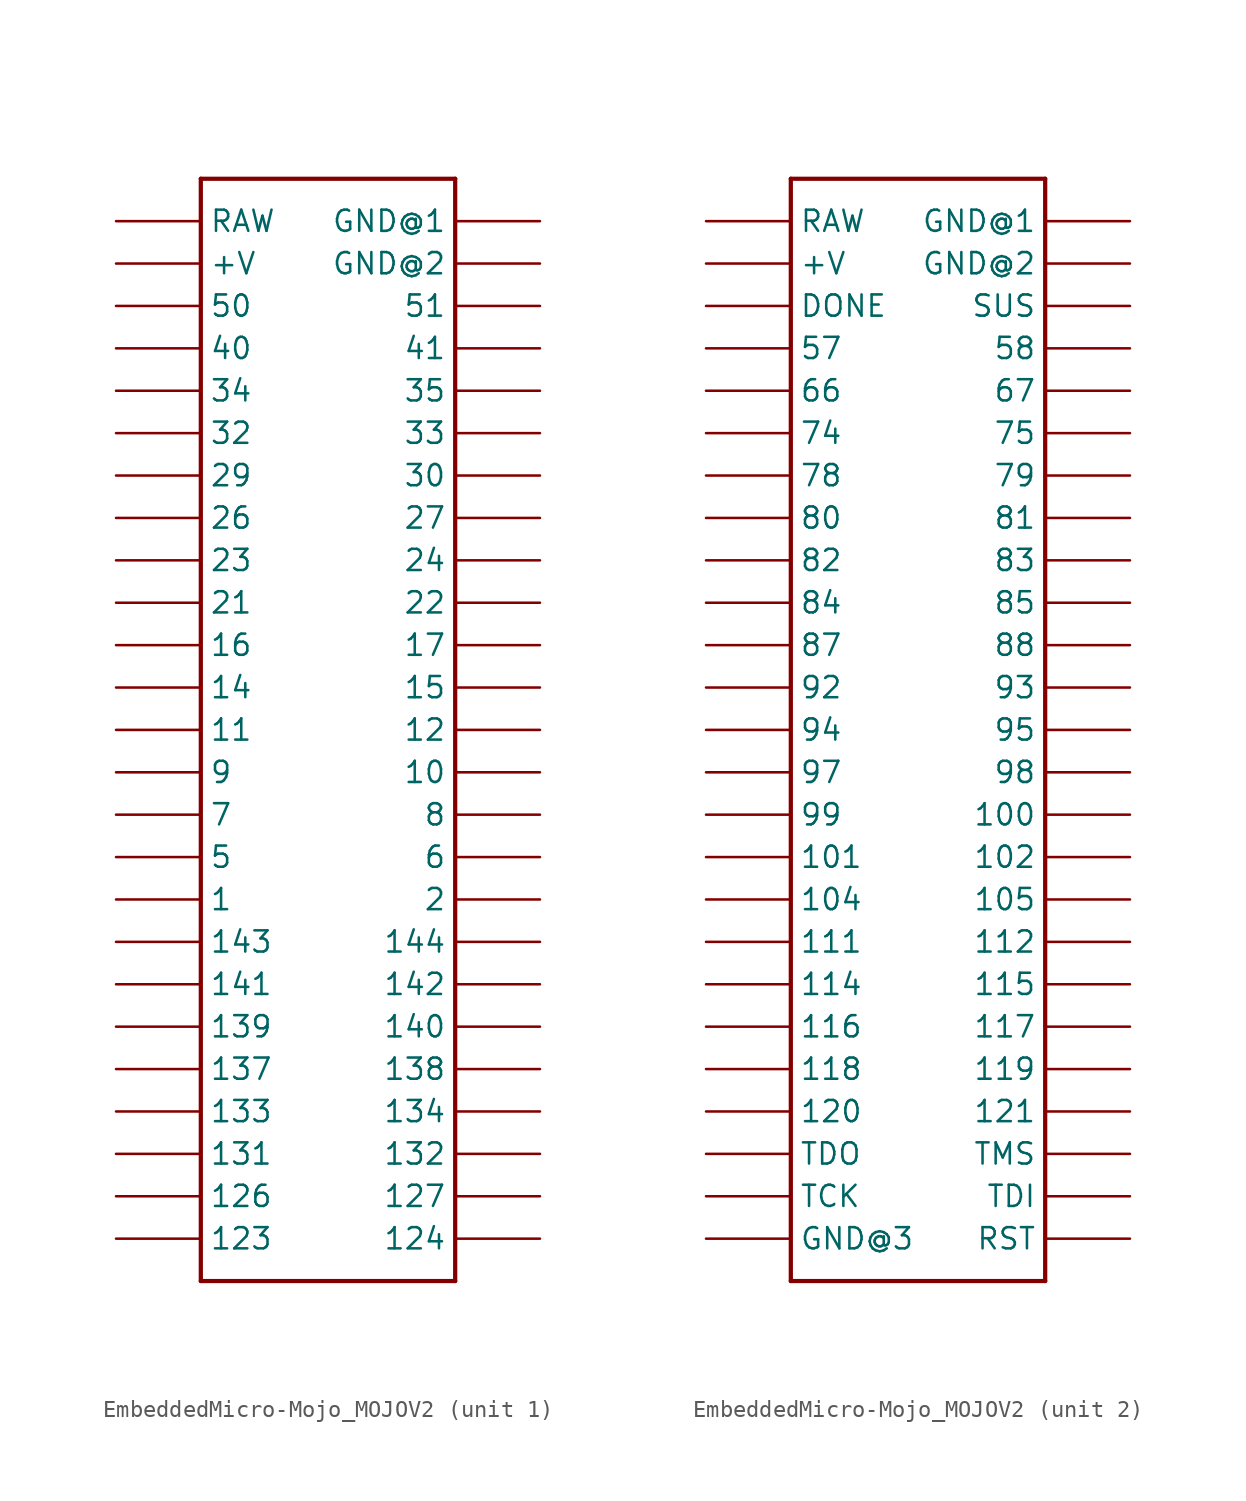
<source format=kicad_sym>
(kicad_symbol_lib
  (version 20231120)
  (generator "kicad_symbol_editor")
  (generator_version "8.0")
  (symbol "EmbeddedMicro-Mojo_MOJOV2"
    (property "Reference" ""
      (at 0 0 0)
      (effects (font (size 1.27 1.27)) (hide yes)))
    (property "ki_locked" ""
      (at 0 0 0)
      (effects (font (size 1.27 1.27))))
    (symbol "EmbeddedMicro-Mojo_MOJOV2_1_0"
      (polyline (pts (xy -7.62 -33.02) (xy -7.62 33.02)) (stroke (width 0.254) (type solid)) (fill (type none)))
      (polyline (pts (xy -7.62 33.02) (xy 7.62 33.02)) (stroke (width 0.254) (type solid)) (fill (type none)))
      (polyline (pts (xy 7.62 -33.02) (xy -7.62 -33.02)) (stroke (width 0.254) (type solid)) (fill (type none)))
      (polyline (pts (xy 7.62 33.02) (xy 7.62 -33.02)) (stroke (width 0.254) (type solid)) (fill (type none)))
      (pin bidirectional line (at -12.7 -10.16 0) (length 5.08) (name "1" (effects (font (size 1.27 1.27)))) (number "1" (effects (font (size 0 0)))))
      (pin bidirectional line (at 12.7 -2.54 180) (length 5.08) (name "10" (effects (font (size 1.27 1.27)))) (number "10" (effects (font (size 0 0)))))
      (pin bidirectional line (at -12.7 0 0) (length 5.08) (name "11" (effects (font (size 1.27 1.27)))) (number "11" (effects (font (size 0 0)))))
      (pin bidirectional line (at 12.7 0 180) (length 5.08) (name "12" (effects (font (size 1.27 1.27)))) (number "12" (effects (font (size 0 0)))))
      (pin bidirectional line (at -12.7 -30.48 0) (length 5.08) (name "123" (effects (font (size 1.27 1.27)))) (number "123" (effects (font (size 0 0)))))
      (pin bidirectional line (at 12.7 -30.48 180) (length 5.08) (name "124" (effects (font (size 1.27 1.27)))) (number "124" (effects (font (size 0 0)))))
      (pin bidirectional line (at -12.7 -27.94 0) (length 5.08) (name "126" (effects (font (size 1.27 1.27)))) (number "126" (effects (font (size 0 0)))))
      (pin bidirectional line (at 12.7 -27.94 180) (length 5.08) (name "127" (effects (font (size 1.27 1.27)))) (number "127" (effects (font (size 0 0)))))
      (pin bidirectional line (at -12.7 -25.4 0) (length 5.08) (name "131" (effects (font (size 1.27 1.27)))) (number "131" (effects (font (size 0 0)))))
      (pin bidirectional line (at 12.7 -25.4 180) (length 5.08) (name "132" (effects (font (size 1.27 1.27)))) (number "132" (effects (font (size 0 0)))))
      (pin bidirectional line (at -12.7 -22.86 0) (length 5.08) (name "133" (effects (font (size 1.27 1.27)))) (number "133" (effects (font (size 0 0)))))
      (pin bidirectional line (at 12.7 -22.86 180) (length 5.08) (name "134" (effects (font (size 1.27 1.27)))) (number "134" (effects (font (size 0 0)))))
      (pin bidirectional line (at -12.7 -20.32 0) (length 5.08) (name "137" (effects (font (size 1.27 1.27)))) (number "137" (effects (font (size 0 0)))))
      (pin bidirectional line (at 12.7 -20.32 180) (length 5.08) (name "138" (effects (font (size 1.27 1.27)))) (number "138" (effects (font (size 0 0)))))
      (pin bidirectional line (at -12.7 -17.78 0) (length 5.08) (name "139" (effects (font (size 1.27 1.27)))) (number "139" (effects (font (size 0 0)))))
      (pin bidirectional line (at -12.7 2.54 0) (length 5.08) (name "14" (effects (font (size 1.27 1.27)))) (number "14" (effects (font (size 0 0)))))
      (pin bidirectional line (at 12.7 -17.78 180) (length 5.08) (name "140" (effects (font (size 1.27 1.27)))) (number "140" (effects (font (size 0 0)))))
      (pin bidirectional line (at -12.7 -15.24 0) (length 5.08) (name "141" (effects (font (size 1.27 1.27)))) (number "141" (effects (font (size 0 0)))))
      (pin bidirectional line (at 12.7 -15.24 180) (length 5.08) (name "142" (effects (font (size 1.27 1.27)))) (number "142" (effects (font (size 0 0)))))
      (pin bidirectional line (at -12.7 -12.7 0) (length 5.08) (name "143" (effects (font (size 1.27 1.27)))) (number "143" (effects (font (size 0 0)))))
      (pin bidirectional line (at 12.7 -12.7 180) (length 5.08) (name "144" (effects (font (size 1.27 1.27)))) (number "144" (effects (font (size 0 0)))))
      (pin bidirectional line (at 12.7 2.54 180) (length 5.08) (name "15" (effects (font (size 1.27 1.27)))) (number "15" (effects (font (size 0 0)))))
      (pin bidirectional line (at -12.7 5.08 0) (length 5.08) (name "16" (effects (font (size 1.27 1.27)))) (number "16" (effects (font (size 0 0)))))
      (pin bidirectional line (at 12.7 5.08 180) (length 5.08) (name "17" (effects (font (size 1.27 1.27)))) (number "17" (effects (font (size 0 0)))))
      (pin bidirectional line (at 12.7 -10.16 180) (length 5.08) (name "2" (effects (font (size 1.27 1.27)))) (number "2" (effects (font (size 0 0)))))
      (pin bidirectional line (at -12.7 7.62 0) (length 5.08) (name "21" (effects (font (size 1.27 1.27)))) (number "21" (effects (font (size 0 0)))))
      (pin bidirectional line (at 12.7 7.62 180) (length 5.08) (name "22" (effects (font (size 1.27 1.27)))) (number "22" (effects (font (size 0 0)))))
      (pin bidirectional line (at -12.7 10.16 0) (length 5.08) (name "23" (effects (font (size 1.27 1.27)))) (number "23" (effects (font (size 0 0)))))
      (pin bidirectional line (at 12.7 10.16 180) (length 5.08) (name "24" (effects (font (size 1.27 1.27)))) (number "24" (effects (font (size 0 0)))))
      (pin bidirectional line (at -12.7 12.7 0) (length 5.08) (name "26" (effects (font (size 1.27 1.27)))) (number "26" (effects (font (size 0 0)))))
      (pin bidirectional line (at 12.7 12.7 180) (length 5.08) (name "27" (effects (font (size 1.27 1.27)))) (number "27" (effects (font (size 0 0)))))
      (pin bidirectional line (at -12.7 15.24 0) (length 5.08) (name "29" (effects (font (size 1.27 1.27)))) (number "29" (effects (font (size 0 0)))))
      (pin bidirectional line (at 12.7 15.24 180) (length 5.08) (name "30" (effects (font (size 1.27 1.27)))) (number "30" (effects (font (size 0 0)))))
      (pin bidirectional line (at -12.7 17.78 0) (length 5.08) (name "32" (effects (font (size 1.27 1.27)))) (number "32" (effects (font (size 0 0)))))
      (pin bidirectional line (at 12.7 17.78 180) (length 5.08) (name "33" (effects (font (size 1.27 1.27)))) (number "33" (effects (font (size 0 0)))))
      (pin bidirectional line (at -12.7 20.32 0) (length 5.08) (name "34" (effects (font (size 1.27 1.27)))) (number "34" (effects (font (size 0 0)))))
      (pin bidirectional line (at 12.7 20.32 180) (length 5.08) (name "35" (effects (font (size 1.27 1.27)))) (number "35" (effects (font (size 0 0)))))
      (pin bidirectional line (at -12.7 22.86 0) (length 5.08) (name "40" (effects (font (size 1.27 1.27)))) (number "40" (effects (font (size 0 0)))))
      (pin bidirectional line (at 12.7 22.86 180) (length 5.08) (name "41" (effects (font (size 1.27 1.27)))) (number "41" (effects (font (size 0 0)))))
      (pin bidirectional line (at -12.7 -7.62 0) (length 5.08) (name "5" (effects (font (size 1.27 1.27)))) (number "5" (effects (font (size 0 0)))))
      (pin bidirectional line (at -12.7 25.4 0) (length 5.08) (name "50" (effects (font (size 1.27 1.27)))) (number "50" (effects (font (size 0 0)))))
      (pin bidirectional line (at 12.7 25.4 180) (length 5.08) (name "51" (effects (font (size 1.27 1.27)))) (number "51" (effects (font (size 0 0)))))
      (pin bidirectional line (at 12.7 -7.62 180) (length 5.08) (name "6" (effects (font (size 1.27 1.27)))) (number "6" (effects (font (size 0 0)))))
      (pin bidirectional line (at -12.7 -5.08 0) (length 5.08) (name "7" (effects (font (size 1.27 1.27)))) (number "7" (effects (font (size 0 0)))))
      (pin bidirectional line (at 12.7 -5.08 180) (length 5.08) (name "8" (effects (font (size 1.27 1.27)))) (number "8" (effects (font (size 0 0)))))
      (pin bidirectional line (at -12.7 -2.54 0) (length 5.08) (name "9" (effects (font (size 1.27 1.27)))) (number "9" (effects (font (size 0 0)))))
      (pin power_in line (at 12.7 30.48 180) (length 5.08) (name "GND@1" (effects (font (size 1.27 1.27)))) (number "GND@1" (effects (font (size 0 0)))))
      (pin power_in line (at 12.7 27.94 180) (length 5.08) (name "GND@2" (effects (font (size 1.27 1.27)))) (number "GND@2" (effects (font (size 0 0)))))
      (pin power_in line (at -12.7 30.48 0) (length 5.08) (name "RAW" (effects (font (size 1.27 1.27)))) (number "RAW@1" (effects (font (size 0 0)))))
      (pin power_in line (at -12.7 27.94 0) (length 5.08) (name "+V" (effects (font (size 1.27 1.27)))) (number "V@1" (effects (font (size 0 0))))))
    (symbol "EmbeddedMicro-Mojo_MOJOV2_2_0"
      (polyline (pts (xy -7.62 -33.02) (xy -7.62 33.02)) (stroke (width 0.254) (type solid)) (fill (type none)))
      (polyline (pts (xy -7.62 33.02) (xy 7.62 33.02)) (stroke (width 0.254) (type solid)) (fill (type none)))
      (polyline (pts (xy 7.62 -33.02) (xy -7.62 -33.02)) (stroke (width 0.254) (type solid)) (fill (type none)))
      (polyline (pts (xy 7.62 33.02) (xy 7.62 -33.02)) (stroke (width 0.254) (type solid)) (fill (type none)))
      (pin bidirectional line (at 12.7 -5.08 180) (length 5.08) (name "100" (effects (font (size 1.27 1.27)))) (number "100" (effects (font (size 0 0)))))
      (pin bidirectional line (at -12.7 -7.62 0) (length 5.08) (name "101" (effects (font (size 1.27 1.27)))) (number "101" (effects (font (size 0 0)))))
      (pin bidirectional line (at 12.7 -7.62 180) (length 5.08) (name "102" (effects (font (size 1.27 1.27)))) (number "102" (effects (font (size 0 0)))))
      (pin bidirectional line (at -12.7 -10.16 0) (length 5.08) (name "104" (effects (font (size 1.27 1.27)))) (number "104" (effects (font (size 0 0)))))
      (pin bidirectional line (at 12.7 -10.16 180) (length 5.08) (name "105" (effects (font (size 1.27 1.27)))) (number "105" (effects (font (size 0 0)))))
      (pin bidirectional line (at -12.7 -12.7 0) (length 5.08) (name "111" (effects (font (size 1.27 1.27)))) (number "111" (effects (font (size 0 0)))))
      (pin bidirectional line (at 12.7 -12.7 180) (length 5.08) (name "112" (effects (font (size 1.27 1.27)))) (number "112" (effects (font (size 0 0)))))
      (pin bidirectional line (at -12.7 -15.24 0) (length 5.08) (name "114" (effects (font (size 1.27 1.27)))) (number "114" (effects (font (size 0 0)))))
      (pin bidirectional line (at 12.7 -15.24 180) (length 5.08) (name "115" (effects (font (size 1.27 1.27)))) (number "115" (effects (font (size 0 0)))))
      (pin bidirectional line (at -12.7 -17.78 0) (length 5.08) (name "116" (effects (font (size 1.27 1.27)))) (number "116" (effects (font (size 0 0)))))
      (pin bidirectional line (at 12.7 -17.78 180) (length 5.08) (name "117" (effects (font (size 1.27 1.27)))) (number "117" (effects (font (size 0 0)))))
      (pin bidirectional line (at -12.7 -20.32 0) (length 5.08) (name "118" (effects (font (size 1.27 1.27)))) (number "118" (effects (font (size 0 0)))))
      (pin bidirectional line (at 12.7 -20.32 180) (length 5.08) (name "119" (effects (font (size 1.27 1.27)))) (number "119" (effects (font (size 0 0)))))
      (pin bidirectional line (at -12.7 -22.86 0) (length 5.08) (name "120" (effects (font (size 1.27 1.27)))) (number "120" (effects (font (size 0 0)))))
      (pin bidirectional line (at 12.7 -22.86 180) (length 5.08) (name "121" (effects (font (size 1.27 1.27)))) (number "121" (effects (font (size 0 0)))))
      (pin bidirectional line (at -12.7 22.86 0) (length 5.08) (name "57" (effects (font (size 1.27 1.27)))) (number "57" (effects (font (size 0 0)))))
      (pin bidirectional line (at 12.7 22.86 180) (length 5.08) (name "58" (effects (font (size 1.27 1.27)))) (number "58" (effects (font (size 0 0)))))
      (pin bidirectional line (at -12.7 20.32 0) (length 5.08) (name "66" (effects (font (size 1.27 1.27)))) (number "66" (effects (font (size 0 0)))))
      (pin bidirectional line (at 12.7 20.32 180) (length 5.08) (name "67" (effects (font (size 1.27 1.27)))) (number "67" (effects (font (size 0 0)))))
      (pin bidirectional line (at -12.7 17.78 0) (length 5.08) (name "74" (effects (font (size 1.27 1.27)))) (number "74" (effects (font (size 0 0)))))
      (pin bidirectional line (at 12.7 17.78 180) (length 5.08) (name "75" (effects (font (size 1.27 1.27)))) (number "75" (effects (font (size 0 0)))))
      (pin bidirectional line (at -12.7 15.24 0) (length 5.08) (name "78" (effects (font (size 1.27 1.27)))) (number "78" (effects (font (size 0 0)))))
      (pin bidirectional line (at 12.7 15.24 180) (length 5.08) (name "79" (effects (font (size 1.27 1.27)))) (number "79" (effects (font (size 0 0)))))
      (pin bidirectional line (at -12.7 12.7 0) (length 5.08) (name "80" (effects (font (size 1.27 1.27)))) (number "80" (effects (font (size 0 0)))))
      (pin bidirectional line (at 12.7 12.7 180) (length 5.08) (name "81" (effects (font (size 1.27 1.27)))) (number "81" (effects (font (size 0 0)))))
      (pin bidirectional line (at -12.7 10.16 0) (length 5.08) (name "82" (effects (font (size 1.27 1.27)))) (number "82" (effects (font (size 0 0)))))
      (pin bidirectional line (at 12.7 10.16 180) (length 5.08) (name "83" (effects (font (size 1.27 1.27)))) (number "83" (effects (font (size 0 0)))))
      (pin bidirectional line (at -12.7 7.62 0) (length 5.08) (name "84" (effects (font (size 1.27 1.27)))) (number "84" (effects (font (size 0 0)))))
      (pin bidirectional line (at 12.7 7.62 180) (length 5.08) (name "85" (effects (font (size 1.27 1.27)))) (number "85" (effects (font (size 0 0)))))
      (pin bidirectional line (at -12.7 5.08 0) (length 5.08) (name "87" (effects (font (size 1.27 1.27)))) (number "87" (effects (font (size 0 0)))))
      (pin bidirectional line (at 12.7 5.08 180) (length 5.08) (name "88" (effects (font (size 1.27 1.27)))) (number "88" (effects (font (size 0 0)))))
      (pin bidirectional line (at -12.7 2.54 0) (length 5.08) (name "92" (effects (font (size 1.27 1.27)))) (number "92" (effects (font (size 0 0)))))
      (pin bidirectional line (at 12.7 2.54 180) (length 5.08) (name "93" (effects (font (size 1.27 1.27)))) (number "93" (effects (font (size 0 0)))))
      (pin bidirectional line (at -12.7 0 0) (length 5.08) (name "94" (effects (font (size 1.27 1.27)))) (number "94" (effects (font (size 0 0)))))
      (pin bidirectional line (at 12.7 0 180) (length 5.08) (name "95" (effects (font (size 1.27 1.27)))) (number "95" (effects (font (size 0 0)))))
      (pin bidirectional line (at -12.7 -2.54 0) (length 5.08) (name "97" (effects (font (size 1.27 1.27)))) (number "97" (effects (font (size 0 0)))))
      (pin bidirectional line (at 12.7 -2.54 180) (length 5.08) (name "98" (effects (font (size 1.27 1.27)))) (number "98" (effects (font (size 0 0)))))
      (pin bidirectional line (at -12.7 -5.08 0) (length 5.08) (name "99" (effects (font (size 1.27 1.27)))) (number "99" (effects (font (size 0 0)))))
      (pin bidirectional line (at -12.7 25.4 0) (length 5.08) (name "DONE" (effects (font (size 1.27 1.27)))) (number "DONE" (effects (font (size 0 0)))))
      (pin power_in line (at 12.7 30.48 180) (length 5.08) (name "GND@1" (effects (font (size 1.27 1.27)))) (number "GND@3" (effects (font (size 0 0)))))
      (pin power_in line (at 12.7 27.94 180) (length 5.08) (name "GND@2" (effects (font (size 1.27 1.27)))) (number "GND@4" (effects (font (size 0 0)))))
      (pin power_in line (at -12.7 -30.48 0) (length 5.08) (name "GND@3" (effects (font (size 1.27 1.27)))) (number "GND@6" (effects (font (size 0 0)))))
      (pin power_in line (at -12.7 30.48 0) (length 5.08) (name "RAW" (effects (font (size 1.27 1.27)))) (number "RAW@2" (effects (font (size 0 0)))))
      (pin input line (at 12.7 -30.48 180) (length 5.08) (name "RST" (effects (font (size 1.27 1.27)))) (number "RST" (effects (font (size 0 0)))))
      (pin input line (at 12.7 25.4 180) (length 5.08) (name "SUS" (effects (font (size 1.27 1.27)))) (number "SUS" (effects (font (size 0 0)))))
      (pin input line (at -12.7 -27.94 0) (length 5.08) (name "TCK" (effects (font (size 1.27 1.27)))) (number "TCK" (effects (font (size 0 0)))))
      (pin input line (at 12.7 -27.94 180) (length 5.08) (name "TDI" (effects (font (size 1.27 1.27)))) (number "TDI" (effects (font (size 0 0)))))
      (pin output line (at -12.7 -25.4 0) (length 5.08) (name "TDO" (effects (font (size 1.27 1.27)))) (number "TDO" (effects (font (size 0 0)))))
      (pin input line (at 12.7 -25.4 180) (length 5.08) (name "TMS" (effects (font (size 1.27 1.27)))) (number "TMS" (effects (font (size 0 0)))))
      (pin power_in line (at -12.7 27.94 0) (length 5.08) (name "+V" (effects (font (size 1.27 1.27)))) (number "V@2" (effects (font (size 0 0))))))))
</source>
